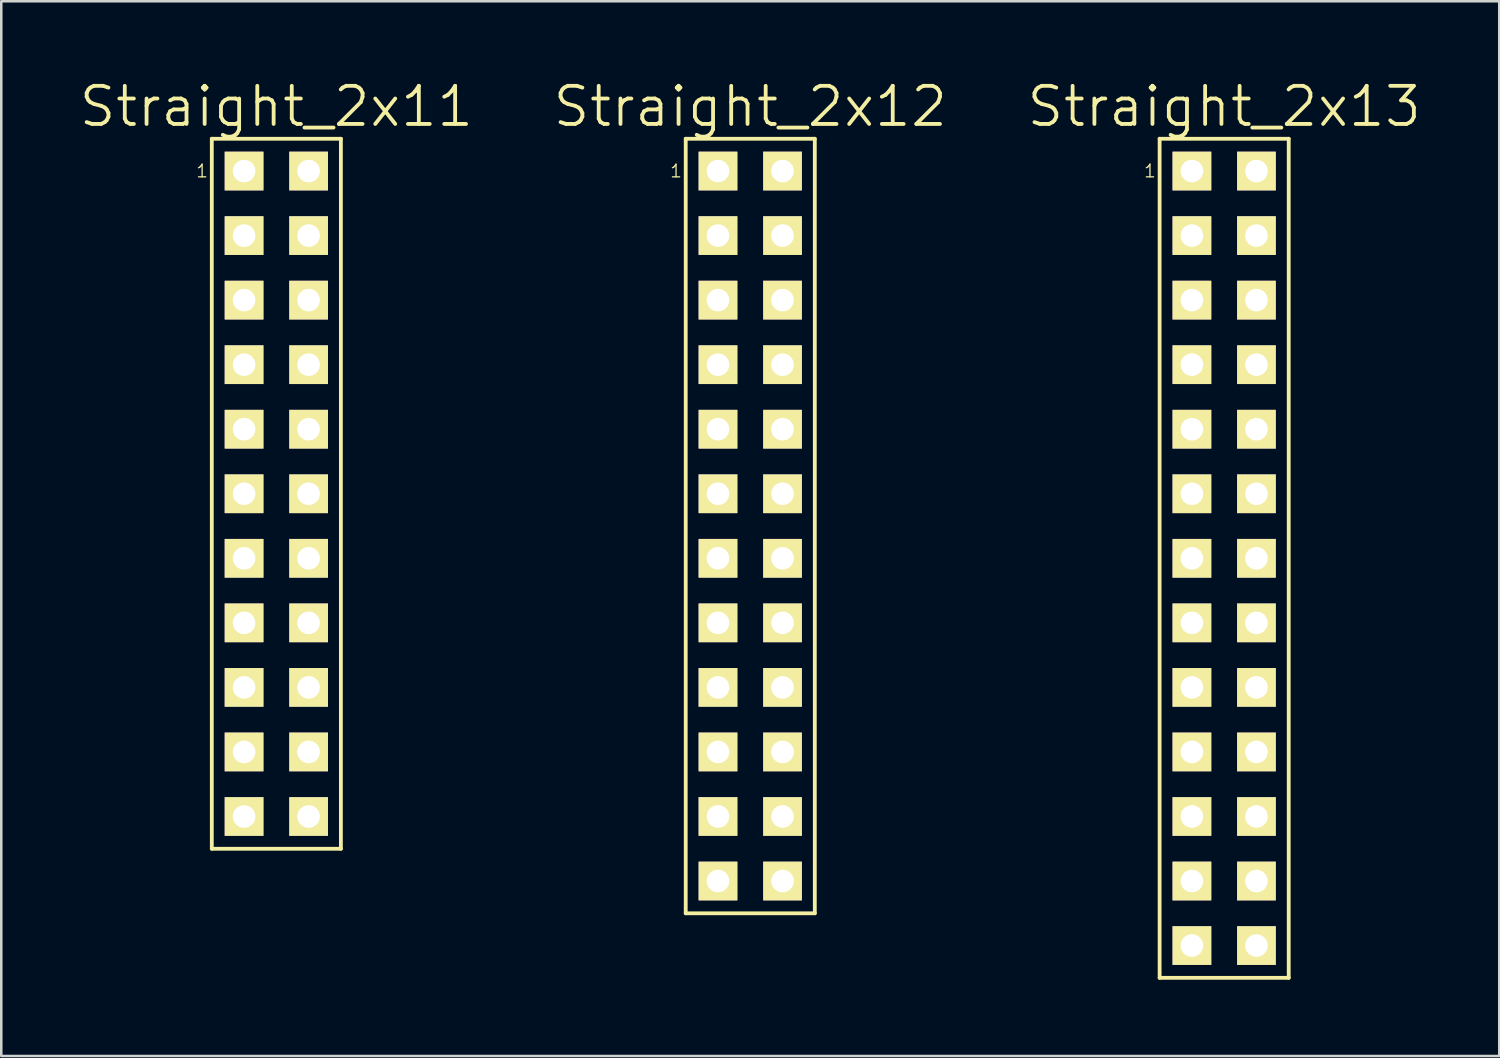
<source format=kicad_pcb>
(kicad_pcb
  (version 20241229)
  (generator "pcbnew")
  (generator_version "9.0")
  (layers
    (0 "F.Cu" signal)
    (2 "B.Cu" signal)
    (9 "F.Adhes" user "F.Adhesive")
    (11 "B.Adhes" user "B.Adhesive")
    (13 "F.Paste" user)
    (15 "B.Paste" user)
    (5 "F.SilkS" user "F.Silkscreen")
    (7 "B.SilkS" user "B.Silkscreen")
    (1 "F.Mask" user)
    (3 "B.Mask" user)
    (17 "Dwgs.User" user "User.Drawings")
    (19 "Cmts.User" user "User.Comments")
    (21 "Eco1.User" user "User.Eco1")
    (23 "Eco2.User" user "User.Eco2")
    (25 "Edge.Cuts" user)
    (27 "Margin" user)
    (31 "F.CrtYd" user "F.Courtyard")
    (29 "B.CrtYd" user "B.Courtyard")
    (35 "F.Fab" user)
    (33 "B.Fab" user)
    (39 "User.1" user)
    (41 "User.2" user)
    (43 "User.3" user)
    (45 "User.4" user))
  (footprint "Straight_2x13"
    (layer "F.Cu")
    (at 45.125 18.921)
    (property "Reference" "Straight_2x13" (at 0 -17.78 0) (layer "F.SilkS") (effects (font (size 1.5 1.5) (thickness 0.15))))
    (attr through_hole)
    (fp_line (start -2.54 -16.51) (end 2.54 -16.51) (stroke (width 0.15) (type solid)) (layer "F.SilkS"))
    (fp_line (start -2.54 16.51) (end -2.54 -16.51) (stroke (width 0.15) (type solid)) (layer "F.SilkS"))
    (fp_line (start 2.54 -16.51) (end 2.54 16.51) (stroke (width 0.15) (type solid)) (layer "F.SilkS"))
    (fp_line (start 2.54 16.51) (end -2.54 16.51) (stroke (width 0.15) (type solid)) (layer "F.SilkS"))
    (fp_text user "1" (at -2.921 -15.24 0) (layer "F.SilkS") (effects (font (size 0.5 0.5) (thickness 0.05))))
    (pad "1" thru_hole rect (at -1.27 -15.24) (size 1.524 1.524) (drill 0.889) (layers "*.Cu" "*.Mask" "F.SilkS"))
    (pad "2" thru_hole rect (at 1.27 -15.24) (size 1.524 1.524) (drill 0.889) (layers "*.Cu" "*.Mask" "F.SilkS"))
    (pad "3" thru_hole rect (at -1.27 -12.7) (size 1.524 1.524) (drill 0.889) (layers "*.Cu" "*.Mask" "F.SilkS"))
    (pad "4" thru_hole rect (at 1.27 -12.7) (size 1.524 1.524) (drill 0.889) (layers "*.Cu" "*.Mask" "F.SilkS"))
    (pad "5" thru_hole rect (at -1.27 -10.16) (size 1.524 1.524) (drill 0.889) (layers "*.Cu" "*.Mask" "F.SilkS"))
    (pad "6" thru_hole rect (at 1.27 -10.16) (size 1.524 1.524) (drill 0.889) (layers "*.Cu" "*.Mask" "F.SilkS"))
    (pad "7" thru_hole rect (at -1.27 -7.62) (size 1.524 1.524) (drill 0.889) (layers "*.Cu" "*.Mask" "F.SilkS"))
    (pad "8" thru_hole rect (at 1.27 -7.62) (size 1.524 1.524) (drill 0.889) (layers "*.Cu" "*.Mask" "F.SilkS"))
    (pad "9" thru_hole rect (at -1.27 -5.08) (size 1.524 1.524) (drill 0.889) (layers "*.Cu" "*.Mask" "F.SilkS"))
    (pad "10" thru_hole rect (at 1.27 -5.08) (size 1.524 1.524) (drill 0.889) (layers "*.Cu" "*.Mask" "F.SilkS"))
    (pad "11" thru_hole rect (at -1.27 -2.54) (size 1.524 1.524) (drill 0.889) (layers "*.Cu" "*.Mask" "F.SilkS"))
    (pad "12" thru_hole rect (at 1.27 -2.54) (size 1.524 1.524) (drill 0.889) (layers "*.Cu" "*.Mask" "F.SilkS"))
    (pad "13" thru_hole rect (at -1.27 0) (size 1.524 1.524) (drill 0.889) (layers "*.Cu" "*.Mask" "F.SilkS"))
    (pad "14" thru_hole rect (at 1.27 0) (size 1.524 1.524) (drill 0.889) (layers "*.Cu" "*.Mask" "F.SilkS"))
    (pad "15" thru_hole rect (at -1.27 2.54) (size 1.524 1.524) (drill 0.889) (layers "*.Cu" "*.Mask" "F.SilkS"))
    (pad "16" thru_hole rect (at 1.27 2.54) (size 1.524 1.524) (drill 0.889) (layers "*.Cu" "*.Mask" "F.SilkS"))
    (pad "17" thru_hole rect (at -1.27 5.08) (size 1.524 1.524) (drill 0.889) (layers "*.Cu" "*.Mask" "F.SilkS"))
    (pad "18" thru_hole rect (at 1.27 5.08) (size 1.524 1.524) (drill 0.889) (layers "*.Cu" "*.Mask" "F.SilkS"))
    (pad "19" thru_hole rect (at -1.27 7.62) (size 1.524 1.524) (drill 0.889) (layers "*.Cu" "*.Mask" "F.SilkS"))
    (pad "20" thru_hole rect (at 1.27 7.62) (size 1.524 1.524) (drill 0.889) (layers "*.Cu" "*.Mask" "F.SilkS"))
    (pad "21" thru_hole rect (at -1.27 10.16) (size 1.524 1.524) (drill 0.889) (layers "*.Cu" "*.Mask" "F.SilkS"))
    (pad "22" thru_hole rect (at 1.27 10.16) (size 1.524 1.524) (drill 0.889) (layers "*.Cu" "*.Mask" "F.SilkS"))
    (pad "23" thru_hole rect (at -1.27 12.7) (size 1.524 1.524) (drill 0.889) (layers "*.Cu" "*.Mask" "F.SilkS"))
    (pad "24" thru_hole rect (at 1.27 12.7) (size 1.524 1.524) (drill 0.889) (layers "*.Cu" "*.Mask" "F.SilkS"))
    (pad "25" thru_hole rect (at -1.27 15.24) (size 1.524 1.524) (drill 0.889) (layers "*.Cu" "*.Mask" "F.SilkS"))
    (pad "26" thru_hole rect (at 1.27 15.24) (size 1.524 1.524) (drill 0.889) (layers "*.Cu" "*.Mask" "F.SilkS")))
  (footprint "Straight_2x11"
    (layer "F.Cu")
    (at 7.825 16.381)
    (property "Reference" "Straight_2x11" (at 0 -15.24 0) (layer "F.SilkS") (effects (font (size 1.5 1.5) (thickness 0.15))))
    (attr through_hole)
    (fp_line (start -2.54 -13.97) (end 2.54 -13.97) (stroke (width 0.15) (type solid)) (layer "F.SilkS"))
    (fp_line (start -2.54 13.97) (end -2.54 -13.97) (stroke (width 0.15) (type solid)) (layer "F.SilkS"))
    (fp_line (start 2.54 -13.97) (end 2.54 13.97) (stroke (width 0.15) (type solid)) (layer "F.SilkS"))
    (fp_line (start 2.54 13.97) (end -2.54 13.97) (stroke (width 0.15) (type solid)) (layer "F.SilkS"))
    (fp_text user "1" (at -2.921 -12.7 0) (layer "F.SilkS") (effects (font (size 0.5 0.5) (thickness 0.05))))
    (pad "1" thru_hole rect (at -1.27 -12.7) (size 1.524 1.524) (drill 0.889) (layers "*.Cu" "*.Mask" "F.SilkS"))
    (pad "2" thru_hole rect (at 1.27 -12.7) (size 1.524 1.524) (drill 0.889) (layers "*.Cu" "*.Mask" "F.SilkS"))
    (pad "3" thru_hole rect (at -1.27 -10.16) (size 1.524 1.524) (drill 0.889) (layers "*.Cu" "*.Mask" "F.SilkS"))
    (pad "4" thru_hole rect (at 1.27 -10.16) (size 1.524 1.524) (drill 0.889) (layers "*.Cu" "*.Mask" "F.SilkS"))
    (pad "5" thru_hole rect (at -1.27 -7.62) (size 1.524 1.524) (drill 0.889) (layers "*.Cu" "*.Mask" "F.SilkS"))
    (pad "6" thru_hole rect (at 1.27 -7.62) (size 1.524 1.524) (drill 0.889) (layers "*.Cu" "*.Mask" "F.SilkS"))
    (pad "7" thru_hole rect (at -1.27 -5.08) (size 1.524 1.524) (drill 0.889) (layers "*.Cu" "*.Mask" "F.SilkS"))
    (pad "8" thru_hole rect (at 1.27 -5.08) (size 1.524 1.524) (drill 0.889) (layers "*.Cu" "*.Mask" "F.SilkS"))
    (pad "9" thru_hole rect (at -1.27 -2.54) (size 1.524 1.524) (drill 0.889) (layers "*.Cu" "*.Mask" "F.SilkS"))
    (pad "10" thru_hole rect (at 1.27 -2.54) (size 1.524 1.524) (drill 0.889) (layers "*.Cu" "*.Mask" "F.SilkS"))
    (pad "11" thru_hole rect (at -1.27 0) (size 1.524 1.524) (drill 0.889) (layers "*.Cu" "*.Mask" "F.SilkS"))
    (pad "12" thru_hole rect (at 1.27 0) (size 1.524 1.524) (drill 0.889) (layers "*.Cu" "*.Mask" "F.SilkS"))
    (pad "13" thru_hole rect (at -1.27 2.54) (size 1.524 1.524) (drill 0.889) (layers "*.Cu" "*.Mask" "F.SilkS"))
    (pad "14" thru_hole rect (at 1.27 2.54) (size 1.524 1.524) (drill 0.889) (layers "*.Cu" "*.Mask" "F.SilkS"))
    (pad "15" thru_hole rect (at -1.27 5.08) (size 1.524 1.524) (drill 0.889) (layers "*.Cu" "*.Mask" "F.SilkS"))
    (pad "16" thru_hole rect (at 1.27 5.08) (size 1.524 1.524) (drill 0.889) (layers "*.Cu" "*.Mask" "F.SilkS"))
    (pad "17" thru_hole rect (at -1.27 7.62) (size 1.524 1.524) (drill 0.889) (layers "*.Cu" "*.Mask" "F.SilkS"))
    (pad "18" thru_hole rect (at 1.27 7.62) (size 1.524 1.524) (drill 0.889) (layers "*.Cu" "*.Mask" "F.SilkS"))
    (pad "19" thru_hole rect (at -1.27 10.16) (size 1.524 1.524) (drill 0.889) (layers "*.Cu" "*.Mask" "F.SilkS"))
    (pad "20" thru_hole rect (at 1.27 10.16) (size 1.524 1.524) (drill 0.889) (layers "*.Cu" "*.Mask" "F.SilkS"))
    (pad "21" thru_hole rect (at -1.27 12.7) (size 1.524 1.524) (drill 0.889) (layers "*.Cu" "*.Mask" "F.SilkS"))
    (pad "22" thru_hole rect (at 1.27 12.7) (size 1.524 1.524) (drill 0.889) (layers "*.Cu" "*.Mask" "F.SilkS")))
  (footprint "Straight_2x12"
    (layer "F.Cu")
    (at 26.475 17.651)
    (property "Reference" "Straight_2x12" (at 0 -16.51 0) (layer "F.SilkS") (effects (font (size 1.5 1.5) (thickness 0.15))))
    (attr through_hole)
    (fp_line (start -2.54 -15.24) (end 2.54 -15.24) (stroke (width 0.15) (type solid)) (layer "F.SilkS"))
    (fp_line (start -2.54 15.24) (end -2.54 -15.24) (stroke (width 0.15) (type solid)) (layer "F.SilkS"))
    (fp_line (start 2.54 -15.24) (end 2.54 15.24) (stroke (width 0.15) (type solid)) (layer "F.SilkS"))
    (fp_line (start 2.54 15.24) (end -2.54 15.24) (stroke (width 0.15) (type solid)) (layer "F.SilkS"))
    (fp_text user "1" (at -2.921 -13.97 0) (layer "F.SilkS") (effects (font (size 0.5 0.5) (thickness 0.05))))
    (pad "1" thru_hole rect (at -1.27 -13.97) (size 1.524 1.524) (drill 0.889) (layers "*.Cu" "*.Mask" "F.SilkS"))
    (pad "2" thru_hole rect (at 1.27 -13.97) (size 1.524 1.524) (drill 0.889) (layers "*.Cu" "*.Mask" "F.SilkS"))
    (pad "3" thru_hole rect (at -1.27 -11.43) (size 1.524 1.524) (drill 0.889) (layers "*.Cu" "*.Mask" "F.SilkS"))
    (pad "4" thru_hole rect (at 1.27 -11.43) (size 1.524 1.524) (drill 0.889) (layers "*.Cu" "*.Mask" "F.SilkS"))
    (pad "5" thru_hole rect (at -1.27 -8.89) (size 1.524 1.524) (drill 0.889) (layers "*.Cu" "*.Mask" "F.SilkS"))
    (pad "6" thru_hole rect (at 1.27 -8.89) (size 1.524 1.524) (drill 0.889) (layers "*.Cu" "*.Mask" "F.SilkS"))
    (pad "7" thru_hole rect (at -1.27 -6.35) (size 1.524 1.524) (drill 0.889) (layers "*.Cu" "*.Mask" "F.SilkS"))
    (pad "8" thru_hole rect (at 1.27 -6.35) (size 1.524 1.524) (drill 0.889) (layers "*.Cu" "*.Mask" "F.SilkS"))
    (pad "9" thru_hole rect (at -1.27 -3.81) (size 1.524 1.524) (drill 0.889) (layers "*.Cu" "*.Mask" "F.SilkS"))
    (pad "10" thru_hole rect (at 1.27 -3.81) (size 1.524 1.524) (drill 0.889) (layers "*.Cu" "*.Mask" "F.SilkS"))
    (pad "11" thru_hole rect (at -1.27 -1.27) (size 1.524 1.524) (drill 0.889) (layers "*.Cu" "*.Mask" "F.SilkS"))
    (pad "12" thru_hole rect (at 1.27 -1.27) (size 1.524 1.524) (drill 0.889) (layers "*.Cu" "*.Mask" "F.SilkS"))
    (pad "13" thru_hole rect (at -1.27 1.27) (size 1.524 1.524) (drill 0.889) (layers "*.Cu" "*.Mask" "F.SilkS"))
    (pad "14" thru_hole rect (at 1.27 1.27) (size 1.524 1.524) (drill 0.889) (layers "*.Cu" "*.Mask" "F.SilkS"))
    (pad "15" thru_hole rect (at -1.27 3.81) (size 1.524 1.524) (drill 0.889) (layers "*.Cu" "*.Mask" "F.SilkS"))
    (pad "16" thru_hole rect (at 1.27 3.81) (size 1.524 1.524) (drill 0.889) (layers "*.Cu" "*.Mask" "F.SilkS"))
    (pad "17" thru_hole rect (at -1.27 6.35) (size 1.524 1.524) (drill 0.889) (layers "*.Cu" "*.Mask" "F.SilkS"))
    (pad "18" thru_hole rect (at 1.27 6.35) (size 1.524 1.524) (drill 0.889) (layers "*.Cu" "*.Mask" "F.SilkS"))
    (pad "19" thru_hole rect (at -1.27 8.89) (size 1.524 1.524) (drill 0.889) (layers "*.Cu" "*.Mask" "F.SilkS"))
    (pad "20" thru_hole rect (at 1.27 8.89) (size 1.524 1.524) (drill 0.889) (layers "*.Cu" "*.Mask" "F.SilkS"))
    (pad "21" thru_hole rect (at -1.27 11.43) (size 1.524 1.524) (drill 0.889) (layers "*.Cu" "*.Mask" "F.SilkS"))
    (pad "22" thru_hole rect (at 1.27 11.43) (size 1.524 1.524) (drill 0.889) (layers "*.Cu" "*.Mask" "F.SilkS"))
    (pad "23" thru_hole rect (at -1.27 13.97) (size 1.524 1.524) (drill 0.889) (layers "*.Cu" "*.Mask" "F.SilkS"))
    (pad "24" thru_hole rect (at 1.27 13.97) (size 1.524 1.524) (drill 0.889) (layers "*.Cu" "*.Mask" "F.SilkS")))
  (gr_rect
    (start -3 -3)
    (end 55.95 38.506)
    (stroke (width 0.1) (type default))
    (fill no)
    (layer "Edge.Cuts")))
</source>
